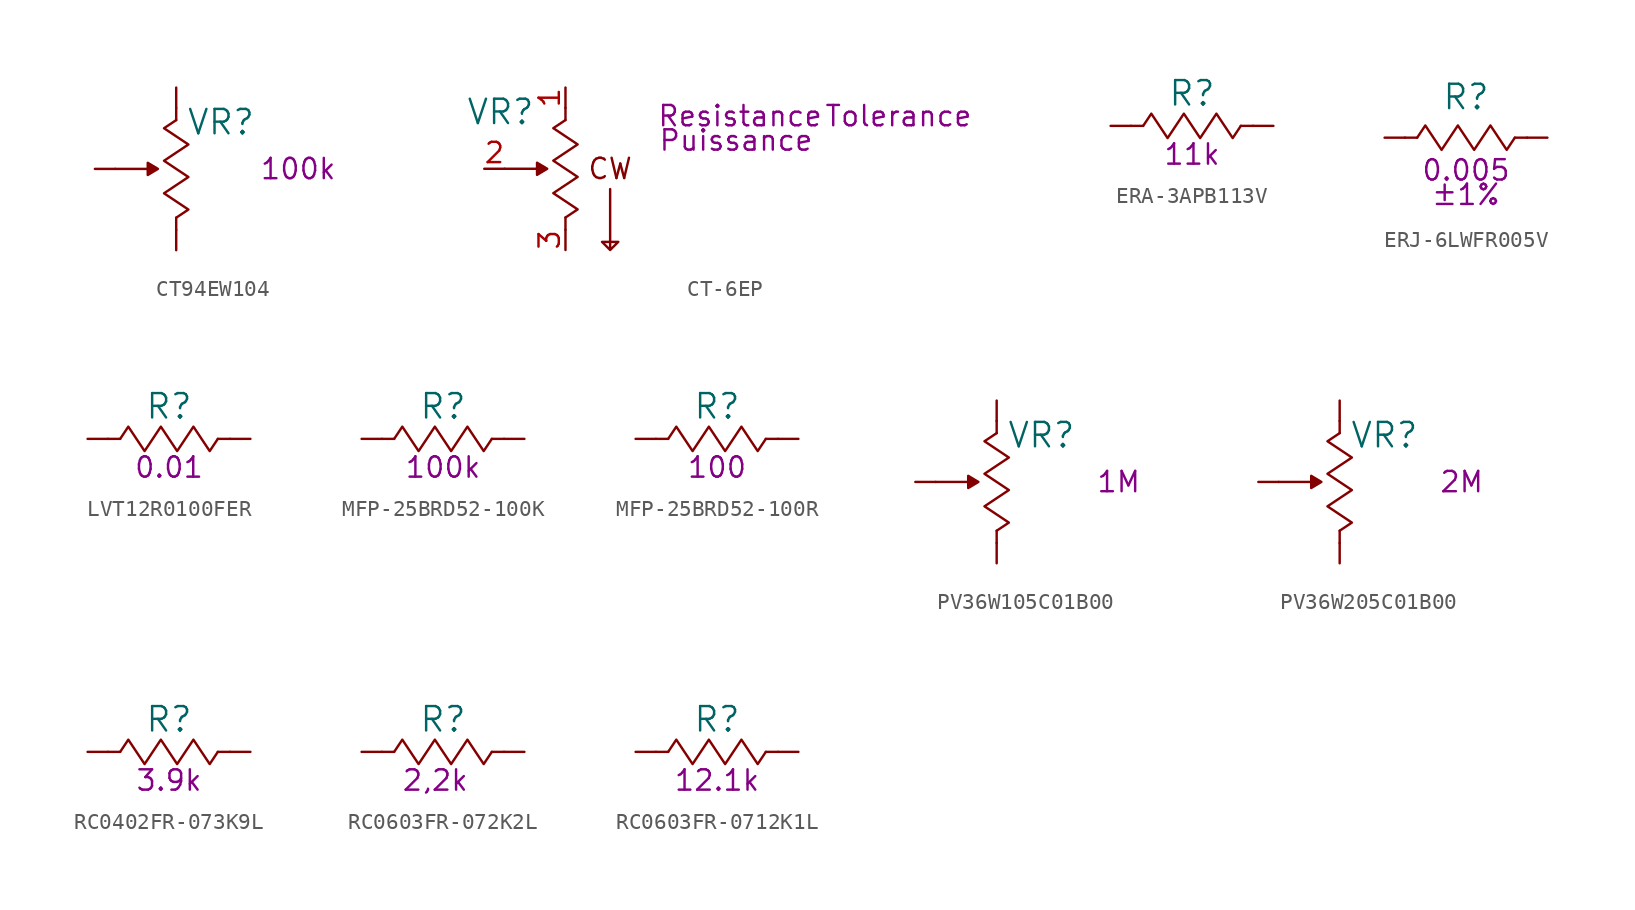
<source format=kicad_sym>
(kicad_symbol_lib
  (version 20220914)
  (generator kicad_symbol_editor)
  (symbol "CT94EW104"
    (pin_numbers hide)
    (pin_names
      (offset 0) hide)
    (property "Reference" "VR"
      (at 2.794 2.921 0)
      (effects (font (size 1.524 1.524))))
    (property "Resistance (Ohms)" "100k"
      (at 7.62 0 0)
      (effects (font (size 1.27 1.27))))
    (symbol "CT94EW104_0_1"
      (rectangle (start 0 -3.048) (end 0 -3.81) (stroke (width 0) (type default)) (fill (type none)))
      (polyline (pts (xy -3.81 0) (xy -1.143 0) (xy -1.778 0.381) (xy -1.778 -0.381) (xy -1.143 0)) (stroke (width 0) (type default)) (fill (type outline)))
      (polyline (pts (xy 0 -3.048) (xy 0.762 -2.54) (xy 0 -2.032) (xy -0.762 -1.524) (xy 0 -1.016) (xy 0.762 -0.508) (xy 0 0) (xy -0.762 0.508) (xy 0 1.016) (xy 0.762 1.524) (xy 0 2.032) (xy -0.762 2.54) (xy 0 3.048)) (stroke (width 0) (type default)) (fill (type none)))
      (rectangle (start 0 3.81) (end 0 3.048) (stroke (width 0) (type default)) (fill (type none))))
    (symbol "CT94EW104_1_1"
      (pin passive line (at 0 5.08 270) (length 1.27) (name "~" (effects (font (size 1.27 1.27)))) (number "1" (effects (font (size 1.27 1.27)))))
      (pin passive line (at -5.08 0 0) (length 1.27) (name "~" (effects (font (size 1.27 1.27)))) (number "2" (effects (font (size 1.27 1.27)))))
      (pin passive line (at 0 -5.08 90) (length 1.27) (name "~" (effects (font (size 1.27 1.27)))) (number "3" (effects (font (size 1.27 1.27)))))))
  (symbol "CT-6EP"
    (pin_names
      (offset 0) hide)
    (property "Reference" "VR"
      (at -4.064 3.556 0)
      (effects (font (size 1.524 1.524))))
    (property "Resistance (Ohms)" "Resistance"
      (at 10.922 3.302 0)
      (effects (font (size 1.27 1.27))))
    (property "Puissance (Watts)" "Puissance"
      (at 10.668 1.778 0)
      (effects (font (size 1.27 1.27))))
    (property "Tolerance (%)" "Tolerance"
      (at 20.828 3.302 0)
      (effects (font (size 1.27 1.27))))
    (symbol "CT-6EP_0_0"
      (polyline (pts (xy 2.794 -1.27) (xy 2.794 -5.08) (xy 2.286 -4.572) (xy 3.302 -4.572) (xy 2.794 -5.08)) (stroke (width 0) (type default)) (fill (type none)))
      (text "CW" (at 2.794 0 0) (effects (font (size 1.27 1.27)))))
    (symbol "CT-6EP_0_1"
      (rectangle (start 0 -3.048) (end 0 -3.81) (stroke (width 0) (type default)) (fill (type none)))
      (polyline (pts (xy -3.81 0) (xy -1.143 0) (xy -1.778 0.381) (xy -1.778 -0.381) (xy -1.143 0)) (stroke (width 0) (type default)) (fill (type outline)))
      (polyline (pts (xy 0 -3.048) (xy 0.762 -2.54) (xy 0 -2.032) (xy -0.762 -1.524) (xy 0 -1.016) (xy 0.762 -0.508) (xy 0 0) (xy -0.762 0.508) (xy 0 1.016) (xy 0.762 1.524) (xy 0 2.032) (xy -0.762 2.54) (xy 0 3.048)) (stroke (width 0) (type default)) (fill (type none)))
      (rectangle (start 0 3.81) (end 0 3.048) (stroke (width 0) (type default)) (fill (type none))))
    (symbol "CT-6EP_1_1"
      (pin passive line (at 0 5.08 270) (length 1.27) (name "1" (effects (font (size 1.27 1.27)))) (number "1" (effects (font (size 1.27 1.27)))))
      (pin passive line (at -5.08 0 0) (length 1.27) (name "2" (effects (font (size 1.27 1.27)))) (number "2" (effects (font (size 1.27 1.27)))))
      (pin passive line (at 0 -5.08 90) (length 1.27) (name "3" (effects (font (size 1.27 1.27)))) (number "3" (effects (font (size 1.27 1.27)))))))
  (symbol "ERA-3APB113V"
    (pin_numbers hide)
    (pin_names
      (offset 0) hide)
    (property "Reference" "R"
      (at 0 2.032 0)
      (effects (font (size 1.524 1.524))))
    (property "Resistance (Ohms)" "11k"
      (at 0 -1.778 0)
      (effects (font (size 1.27 1.27))))
    (symbol "ERA-3APB113V_0_1"
      (rectangle (start -3.048 0) (end -3.81 0) (stroke (width 0) (type default)) (fill (type none)))
      (polyline (pts (xy -3.048 0) (xy -2.54 0.762) (xy -2.032 0) (xy -1.524 -0.762) (xy -1.016 0) (xy -0.508 0.762) (xy 0 0) (xy 0.508 -0.762) (xy 1.016 0) (xy 1.524 0.762) (xy 2.032 0) (xy 2.54 -0.762) (xy 3.048 0)) (stroke (width 0) (type default)) (fill (type none)))
      (rectangle (start 3.81 0) (end 3.048 0) (stroke (width 0) (type default)) (fill (type none))))
    (symbol "ERA-3APB113V_1_1"
      (pin passive line (at -5.08 0 0) (length 1.27) (name "1" (effects (font (size 1.27 1.27)))) (number "1" (effects (font (size 1.27 1.27)))))
      (pin passive line (at 5.08 0 180) (length 1.27) (name "2" (effects (font (size 1.27 1.27)))) (number "2" (effects (font (size 1.27 1.27)))))))
  (symbol "ERJ-6LWFR005V"
    (pin_numbers hide)
    (pin_names
      (offset 0) hide)
    (property "Reference" "R"
      (at 0 2.54 0)
      (effects (font (size 1.524 1.524))))
    (property "Resistance (Ohms)" "0.005"
      (at 0 -2.032 0)
      (effects (font (size 1.27 1.27))))
    (property "Tolerance (%)" "±1%"
      (at 0 -3.556 0)
      (effects (font (size 1.27 1.27))))
    (symbol "ERJ-6LWFR005V_0_1"
      (rectangle (start -3.81 0) (end -3.048 0) (stroke (width 0) (type default)) (fill (type none)))
      (rectangle (start 3.81 0) (end 3.048 0) (stroke (width 0) (type default)) (fill (type none))))
    (symbol "ERJ-6LWFR005V_1_1"
      (polyline (pts (xy -3.048 0) (xy -2.54 0.762) (xy -2.032 0) (xy -1.524 -0.762) (xy -1.016 0) (xy -0.508 0.762) (xy 0 0) (xy 0.508 -0.762) (xy 1.016 0) (xy 1.524 0.762) (xy 2.032 0) (xy 2.54 -0.762) (xy 3.048 0)) (stroke (width 0) (type default)) (fill (type none)))
      (pin passive line (at -5.08 0 0) (length 1.27) (name "1" (effects (font (size 1.27 1.27)))) (number "1" (effects (font (size 1.27 1.27)))))
      (pin passive line (at 5.08 0 180) (length 1.27) (name "2" (effects (font (size 1.27 1.27)))) (number "2" (effects (font (size 1.27 1.27)))))))
  (symbol "LVT12R0100FER"
    (pin_numbers hide)
    (pin_names
      (offset 0) hide)
    (property "Reference" "R"
      (at 0 2.032 0)
      (effects (font (size 1.524 1.524))))
    (property "Resistance (Ohms)" "0.01"
      (at 0 -1.778 0)
      (effects (font (size 1.27 1.27))))
    (symbol "LVT12R0100FER_0_1"
      (rectangle (start -3.048 0) (end -3.81 0) (stroke (width 0) (type default)) (fill (type none)))
      (polyline (pts (xy -3.048 0) (xy -2.54 0.762) (xy -2.032 0) (xy -1.524 -0.762) (xy -1.016 0) (xy -0.508 0.762) (xy 0 0) (xy 0.508 -0.762) (xy 1.016 0) (xy 1.524 0.762) (xy 2.032 0) (xy 2.54 -0.762) (xy 3.048 0)) (stroke (width 0) (type default)) (fill (type none)))
      (rectangle (start 3.81 0) (end 3.048 0) (stroke (width 0) (type default)) (fill (type none))))
    (symbol "LVT12R0100FER_1_1"
      (pin passive line (at -5.08 0 0) (length 1.27) (name "1" (effects (font (size 1.27 1.27)))) (number "1" (effects (font (size 1.27 1.27)))))
      (pin passive line (at 5.08 0 180) (length 1.27) (name "2" (effects (font (size 1.27 1.27)))) (number "2" (effects (font (size 1.27 1.27)))))))
  (symbol "MFP-25BRD52-100K"
    (pin_numbers hide)
    (pin_names
      (offset 0) hide)
    (property "Reference" "R"
      (at 0 2.032 0)
      (effects (font (size 1.524 1.524))))
    (property "Resistance (Ohms)" "100k"
      (at 0 -1.778 0)
      (effects (font (size 1.27 1.27))))
    (symbol "MFP-25BRD52-100K_0_1"
      (rectangle (start -3.048 0) (end -3.81 0) (stroke (width 0) (type default)) (fill (type none)))
      (polyline (pts (xy -3.048 0) (xy -2.54 0.762) (xy -2.032 0) (xy -1.524 -0.762) (xy -1.016 0) (xy -0.508 0.762) (xy 0 0) (xy 0.508 -0.762) (xy 1.016 0) (xy 1.524 0.762) (xy 2.032 0) (xy 2.54 -0.762) (xy 3.048 0)) (stroke (width 0) (type default)) (fill (type none)))
      (rectangle (start 3.81 0) (end 3.048 0) (stroke (width 0) (type default)) (fill (type none))))
    (symbol "MFP-25BRD52-100K_1_1"
      (pin passive line (at -5.08 0 0) (length 1.27) (name "1" (effects (font (size 1.27 1.27)))) (number "1" (effects (font (size 1.27 1.27)))))
      (pin passive line (at 5.08 0 180) (length 1.27) (name "2" (effects (font (size 1.27 1.27)))) (number "2" (effects (font (size 1.27 1.27)))))))
  (symbol "MFP-25BRD52-100R"
    (pin_numbers hide)
    (pin_names
      (offset 0) hide)
    (property "Reference" "R"
      (at 0 2.032 0)
      (effects (font (size 1.524 1.524))))
    (property "Resistance (Ohms)" "100"
      (at 0 -1.778 0)
      (effects (font (size 1.27 1.27))))
    (symbol "MFP-25BRD52-100R_0_1"
      (rectangle (start -3.048 0) (end -3.81 0) (stroke (width 0) (type default)) (fill (type none)))
      (polyline (pts (xy -3.048 0) (xy -2.54 0.762) (xy -2.032 0) (xy -1.524 -0.762) (xy -1.016 0) (xy -0.508 0.762) (xy 0 0) (xy 0.508 -0.762) (xy 1.016 0) (xy 1.524 0.762) (xy 2.032 0) (xy 2.54 -0.762) (xy 3.048 0)) (stroke (width 0) (type default)) (fill (type none)))
      (rectangle (start 3.81 0) (end 3.048 0) (stroke (width 0) (type default)) (fill (type none))))
    (symbol "MFP-25BRD52-100R_1_1"
      (pin passive line (at -5.08 0 0) (length 1.27) (name "1" (effects (font (size 1.27 1.27)))) (number "1" (effects (font (size 1.27 1.27)))))
      (pin passive line (at 5.08 0 180) (length 1.27) (name "2" (effects (font (size 1.27 1.27)))) (number "2" (effects (font (size 1.27 1.27)))))))
  (symbol "PV36W105C01B00"
    (pin_numbers hide)
    (pin_names
      (offset 0) hide)
    (property "Reference" "VR"
      (at 2.794 2.921 0)
      (effects (font (size 1.524 1.524))))
    (property "Resistance (Ohms)" "1M"
      (at 7.62 0 0)
      (effects (font (size 1.27 1.27))))
    (symbol "PV36W105C01B00_0_1"
      (rectangle (start 0 -3.048) (end 0 -3.81) (stroke (width 0) (type default)) (fill (type none)))
      (polyline (pts (xy -3.81 0) (xy -1.143 0) (xy -1.778 0.381) (xy -1.778 -0.381) (xy -1.143 0)) (stroke (width 0) (type default)) (fill (type outline)))
      (polyline (pts (xy 0 -3.048) (xy 0.762 -2.54) (xy 0 -2.032) (xy -0.762 -1.524) (xy 0 -1.016) (xy 0.762 -0.508) (xy 0 0) (xy -0.762 0.508) (xy 0 1.016) (xy 0.762 1.524) (xy 0 2.032) (xy -0.762 2.54) (xy 0 3.048)) (stroke (width 0) (type default)) (fill (type none)))
      (rectangle (start 0 3.81) (end 0 3.048) (stroke (width 0) (type default)) (fill (type none))))
    (symbol "PV36W105C01B00_1_1"
      (pin passive line (at 0 5.08 270) (length 1.27) (name "~" (effects (font (size 1.27 1.27)))) (number "1" (effects (font (size 1.27 1.27)))))
      (pin passive line (at 0 -5.08 90) (length 1.27) (name "~" (effects (font (size 1.27 1.27)))) (number "2" (effects (font (size 1.27 1.27)))))
      (pin passive line (at -5.08 0 0) (length 1.27) (name "~" (effects (font (size 1.27 1.27)))) (number "3" (effects (font (size 1.27 1.27)))))))
  (symbol "PV36W205C01B00"
    (pin_numbers hide)
    (pin_names
      (offset 0) hide)
    (property "Reference" "VR"
      (at 2.794 2.921 0)
      (effects (font (size 1.524 1.524))))
    (property "Resistance (Ohms)" "2M"
      (at 7.62 0 0)
      (effects (font (size 1.27 1.27))))
    (symbol "PV36W205C01B00_0_1"
      (rectangle (start 0 -3.048) (end 0 -3.81) (stroke (width 0) (type default)) (fill (type none)))
      (polyline (pts (xy -3.81 0) (xy -1.143 0) (xy -1.778 0.381) (xy -1.778 -0.381) (xy -1.143 0)) (stroke (width 0) (type default)) (fill (type outline)))
      (polyline (pts (xy 0 -3.048) (xy 0.762 -2.54) (xy 0 -2.032) (xy -0.762 -1.524) (xy 0 -1.016) (xy 0.762 -0.508) (xy 0 0) (xy -0.762 0.508) (xy 0 1.016) (xy 0.762 1.524) (xy 0 2.032) (xy -0.762 2.54) (xy 0 3.048)) (stroke (width 0) (type default)) (fill (type none)))
      (rectangle (start 0 3.81) (end 0 3.048) (stroke (width 0) (type default)) (fill (type none))))
    (symbol "PV36W205C01B00_1_1"
      (pin passive line (at 0 5.08 270) (length 1.27) (name "~" (effects (font (size 1.27 1.27)))) (number "1" (effects (font (size 1.27 1.27)))))
      (pin passive line (at 0 -5.08 90) (length 1.27) (name "~" (effects (font (size 1.27 1.27)))) (number "2" (effects (font (size 1.27 1.27)))))
      (pin passive line (at -5.08 0 0) (length 1.27) (name "~" (effects (font (size 1.27 1.27)))) (number "3" (effects (font (size 1.27 1.27)))))))
  (symbol "RC0402FR-073K9L"
    (pin_numbers hide)
    (pin_names
      (offset 0) hide)
    (property "Reference" "R"
      (at 0 2.032 0)
      (effects (font (size 1.524 1.524))))
    (property "Resistance (Ohms)" "3.9k"
      (at 0 -1.778 0)
      (effects (font (size 1.27 1.27))))
    (symbol "RC0402FR-073K9L_0_1"
      (rectangle (start -3.048 0) (end -3.81 0) (stroke (width 0) (type default)) (fill (type none)))
      (polyline (pts (xy -3.048 0) (xy -2.54 0.762) (xy -2.032 0) (xy -1.524 -0.762) (xy -1.016 0) (xy -0.508 0.762) (xy 0 0) (xy 0.508 -0.762) (xy 1.016 0) (xy 1.524 0.762) (xy 2.032 0) (xy 2.54 -0.762) (xy 3.048 0)) (stroke (width 0) (type default)) (fill (type none)))
      (rectangle (start 3.81 0) (end 3.048 0) (stroke (width 0) (type default)) (fill (type none))))
    (symbol "RC0402FR-073K9L_1_1"
      (pin passive line (at -5.08 0 0) (length 1.27) (name "1" (effects (font (size 1.27 1.27)))) (number "1" (effects (font (size 1.27 1.27)))))
      (pin passive line (at 5.08 0 180) (length 1.27) (name "2" (effects (font (size 1.27 1.27)))) (number "2" (effects (font (size 1.27 1.27)))))))
  (symbol "RC0603FR-072K2L"
    (pin_numbers hide)
    (pin_names
      (offset 0) hide)
    (property "Reference" "R"
      (at 0 2.032 0)
      (effects (font (size 1.524 1.524))))
    (property "Resistance (Ohms)" "2,2k "
      (at 0 -1.778 0)
      (effects (font (size 1.27 1.27))))
    (symbol "RC0603FR-072K2L_0_1"
      (rectangle (start -3.048 0) (end -3.81 0) (stroke (width 0) (type default)) (fill (type none)))
      (polyline (pts (xy -3.048 0) (xy -2.54 0.762) (xy -2.032 0) (xy -1.524 -0.762) (xy -1.016 0) (xy -0.508 0.762) (xy 0 0) (xy 0.508 -0.762) (xy 1.016 0) (xy 1.524 0.762) (xy 2.032 0) (xy 2.54 -0.762) (xy 3.048 0)) (stroke (width 0) (type default)) (fill (type none)))
      (rectangle (start 3.81 0) (end 3.048 0) (stroke (width 0) (type default)) (fill (type none))))
    (symbol "RC0603FR-072K2L_1_1"
      (pin passive line (at -5.08 0 0) (length 1.27) (name "1" (effects (font (size 1.27 1.27)))) (number "1" (effects (font (size 1.27 1.27)))))
      (pin passive line (at 5.08 0 180) (length 1.27) (name "2" (effects (font (size 1.27 1.27)))) (number "2" (effects (font (size 1.27 1.27)))))))
  (symbol "RC0603FR-0712K1L"
    (pin_numbers hide)
    (pin_names
      (offset 0) hide)
    (property "Reference" "R"
      (at 0 2.032 0)
      (effects (font (size 1.524 1.524))))
    (property "Resistance (Ohms)" "12.1k"
      (at 0 -1.778 0)
      (effects (font (size 1.27 1.27))))
    (symbol "RC0603FR-0712K1L_0_1"
      (rectangle (start -3.048 0) (end -3.81 0) (stroke (width 0) (type default)) (fill (type none)))
      (polyline (pts (xy -3.048 0) (xy -2.54 0.762) (xy -2.032 0) (xy -1.524 -0.762) (xy -1.016 0) (xy -0.508 0.762) (xy 0 0) (xy 0.508 -0.762) (xy 1.016 0) (xy 1.524 0.762) (xy 2.032 0) (xy 2.54 -0.762) (xy 3.048 0)) (stroke (width 0) (type default)) (fill (type none)))
      (rectangle (start 3.81 0) (end 3.048 0) (stroke (width 0) (type default)) (fill (type none))))
    (symbol "RC0603FR-0712K1L_1_1"
      (pin passive line (at -5.08 0 0) (length 1.27) (name "1" (effects (font (size 1.27 1.27)))) (number "1" (effects (font (size 1.27 1.27)))))
      (pin passive line (at 5.08 0 180) (length 1.27) (name "2" (effects (font (size 1.27 1.27)))) (number "2" (effects (font (size 1.27 1.27))))))))
</source>
